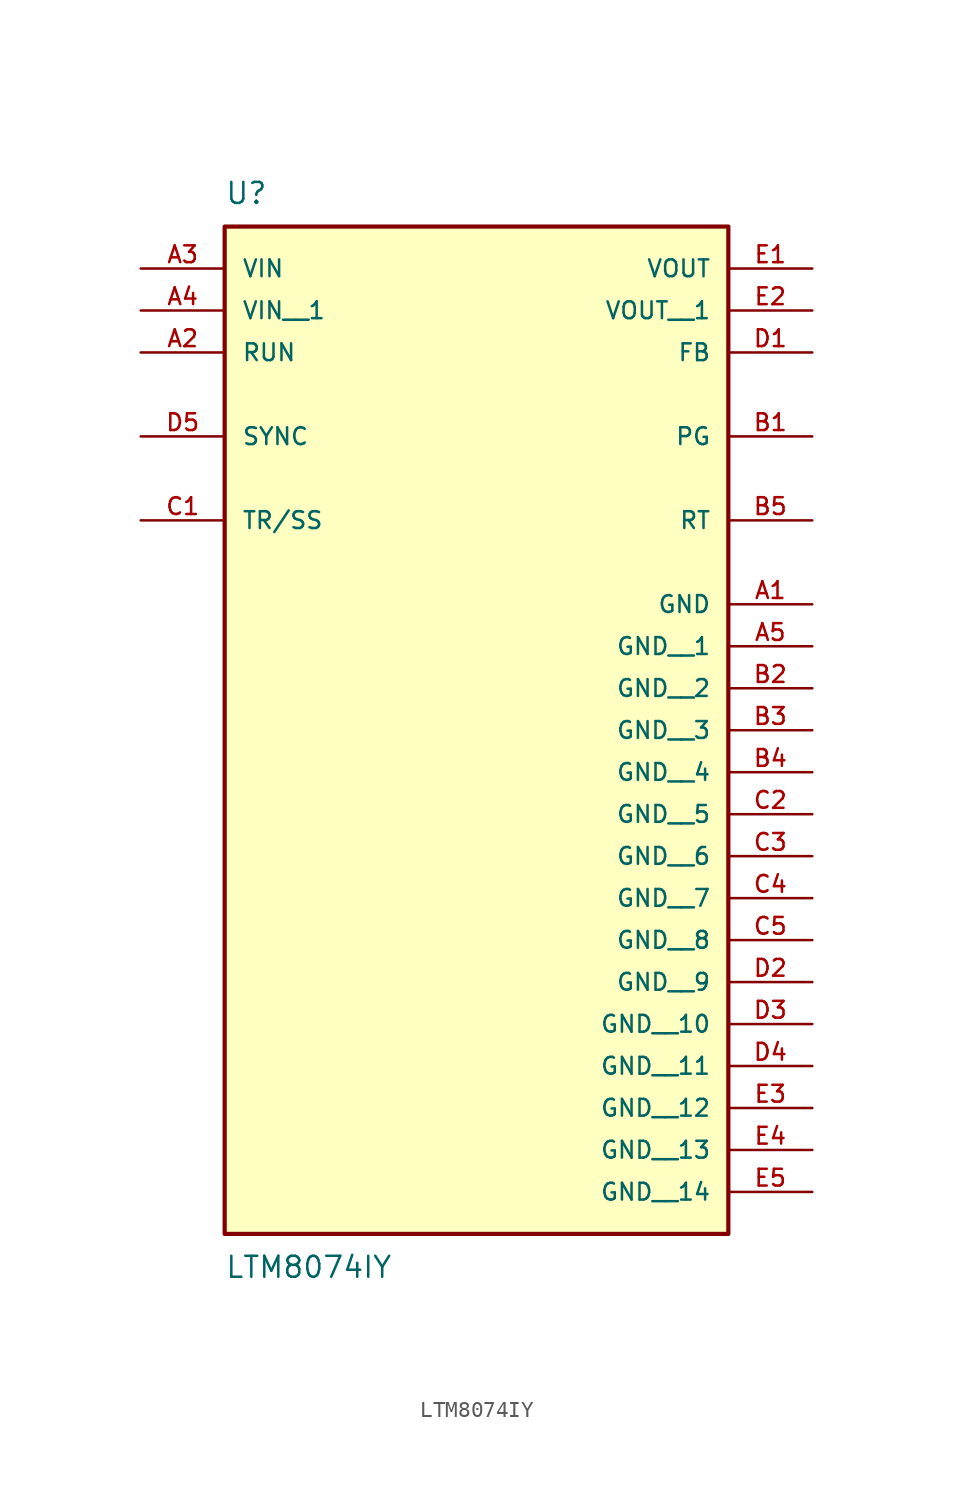
<source format=kicad_sym>
(kicad_symbol_lib
  (version 20211014)
  (generator kicad_symbol_editor)
  (symbol "LTM8074IY"
    (pin_names
      (offset 1.016))
    (property "Reference" "U"
      (at -15.24 13.97 0)
      (effects (font (size 1.27 1.27)) (justify bottom left)))
    (property "Value" "LTM8074IY"
      (at -15.24 -49.53 0.0)
      (effects (font (size 1.27 1.27)) (justify top left)))
    (symbol "LTM8074IY_0_0"
      (rectangle (start -15.24 -48.26) (end 15.24 12.7) (stroke (width 0.254)) (fill (type background)))
      (pin output line (at 20.32 0.0 180.0) (length 5.08) (name "PG" (effects (font (size 1.016 1.016)))) (number "B1" (effects (font (size 1.016 1.016)))))
      (pin input line (at -20.32 0.0 0) (length 5.08) (name "SYNC" (effects (font (size 1.016 1.016)))) (number "D5" (effects (font (size 1.016 1.016)))))
      (pin bidirectional line (at -20.32 -5.08 0) (length 5.08) (name "TR/SS" (effects (font (size 1.016 1.016)))) (number "C1" (effects (font (size 1.016 1.016)))))
      (pin input line (at -20.32 10.16 0) (length 5.08) (name "VIN" (effects (font (size 1.016 1.016)))) (number "A3" (effects (font (size 1.016 1.016)))))
      (pin output line (at 20.32 10.16 180.0) (length 5.08) (name "VOUT" (effects (font (size 1.016 1.016)))) (number "E1" (effects (font (size 1.016 1.016)))))
      (pin passive line (at 20.32 -5.08 180.0) (length 5.08) (name "RT" (effects (font (size 1.016 1.016)))) (number "B5" (effects (font (size 1.016 1.016)))))
      (pin power_in line (at 20.32 -10.16 180.0) (length 5.08) (name "GND" (effects (font (size 1.016 1.016)))) (number "A1" (effects (font (size 1.016 1.016)))))
      (pin input line (at 20.32 5.08 180.0) (length 5.08) (name "FB" (effects (font (size 1.016 1.016)))) (number "D1" (effects (font (size 1.016 1.016)))))
      (pin input line (at -20.32 5.08 0) (length 5.08) (name "RUN" (effects (font (size 1.016 1.016)))) (number "A2" (effects (font (size 1.016 1.016)))))
      (pin input line (at -20.32 7.62 0) (length 5.08) (name "VIN__1" (effects (font (size 1.016 1.016)))) (number "A4" (effects (font (size 1.016 1.016)))))
      (pin output line (at 20.32 7.62 180.0) (length 5.08) (name "VOUT__1" (effects (font (size 1.016 1.016)))) (number "E2" (effects (font (size 1.016 1.016)))))
      (pin power_in line (at 20.32 -12.7 180.0) (length 5.08) (name "GND__1" (effects (font (size 1.016 1.016)))) (number "A5" (effects (font (size 1.016 1.016)))))
      (pin power_in line (at 20.32 -15.24 180.0) (length 5.08) (name "GND__2" (effects (font (size 1.016 1.016)))) (number "B2" (effects (font (size 1.016 1.016)))))
      (pin power_in line (at 20.32 -17.78 180.0) (length 5.08) (name "GND__3" (effects (font (size 1.016 1.016)))) (number "B3" (effects (font (size 1.016 1.016)))))
      (pin power_in line (at 20.32 -20.32 180.0) (length 5.08) (name "GND__4" (effects (font (size 1.016 1.016)))) (number "B4" (effects (font (size 1.016 1.016)))))
      (pin power_in line (at 20.32 -22.86 180.0) (length 5.08) (name "GND__5" (effects (font (size 1.016 1.016)))) (number "C2" (effects (font (size 1.016 1.016)))))
      (pin power_in line (at 20.32 -25.4 180.0) (length 5.08) (name "GND__6" (effects (font (size 1.016 1.016)))) (number "C3" (effects (font (size 1.016 1.016)))))
      (pin power_in line (at 20.32 -27.94 180.0) (length 5.08) (name "GND__7" (effects (font (size 1.016 1.016)))) (number "C4" (effects (font (size 1.016 1.016)))))
      (pin power_in line (at 20.32 -30.48 180.0) (length 5.08) (name "GND__8" (effects (font (size 1.016 1.016)))) (number "C5" (effects (font (size 1.016 1.016)))))
      (pin power_in line (at 20.32 -33.02 180.0) (length 5.08) (name "GND__9" (effects (font (size 1.016 1.016)))) (number "D2" (effects (font (size 1.016 1.016)))))
      (pin power_in line (at 20.32 -35.56 180.0) (length 5.08) (name "GND__10" (effects (font (size 1.016 1.016)))) (number "D3" (effects (font (size 1.016 1.016)))))
      (pin power_in line (at 20.32 -38.1 180.0) (length 5.08) (name "GND__11" (effects (font (size 1.016 1.016)))) (number "D4" (effects (font (size 1.016 1.016)))))
      (pin power_in line (at 20.32 -40.64 180.0) (length 5.08) (name "GND__12" (effects (font (size 1.016 1.016)))) (number "E3" (effects (font (size 1.016 1.016)))))
      (pin power_in line (at 20.32 -43.18 180.0) (length 5.08) (name "GND__13" (effects (font (size 1.016 1.016)))) (number "E4" (effects (font (size 1.016 1.016)))))
      (pin power_in line (at 20.32 -45.72 180.0) (length 5.08) (name "GND__14" (effects (font (size 1.016 1.016)))) (number "E5" (effects (font (size 1.016 1.016))))))))
</source>
